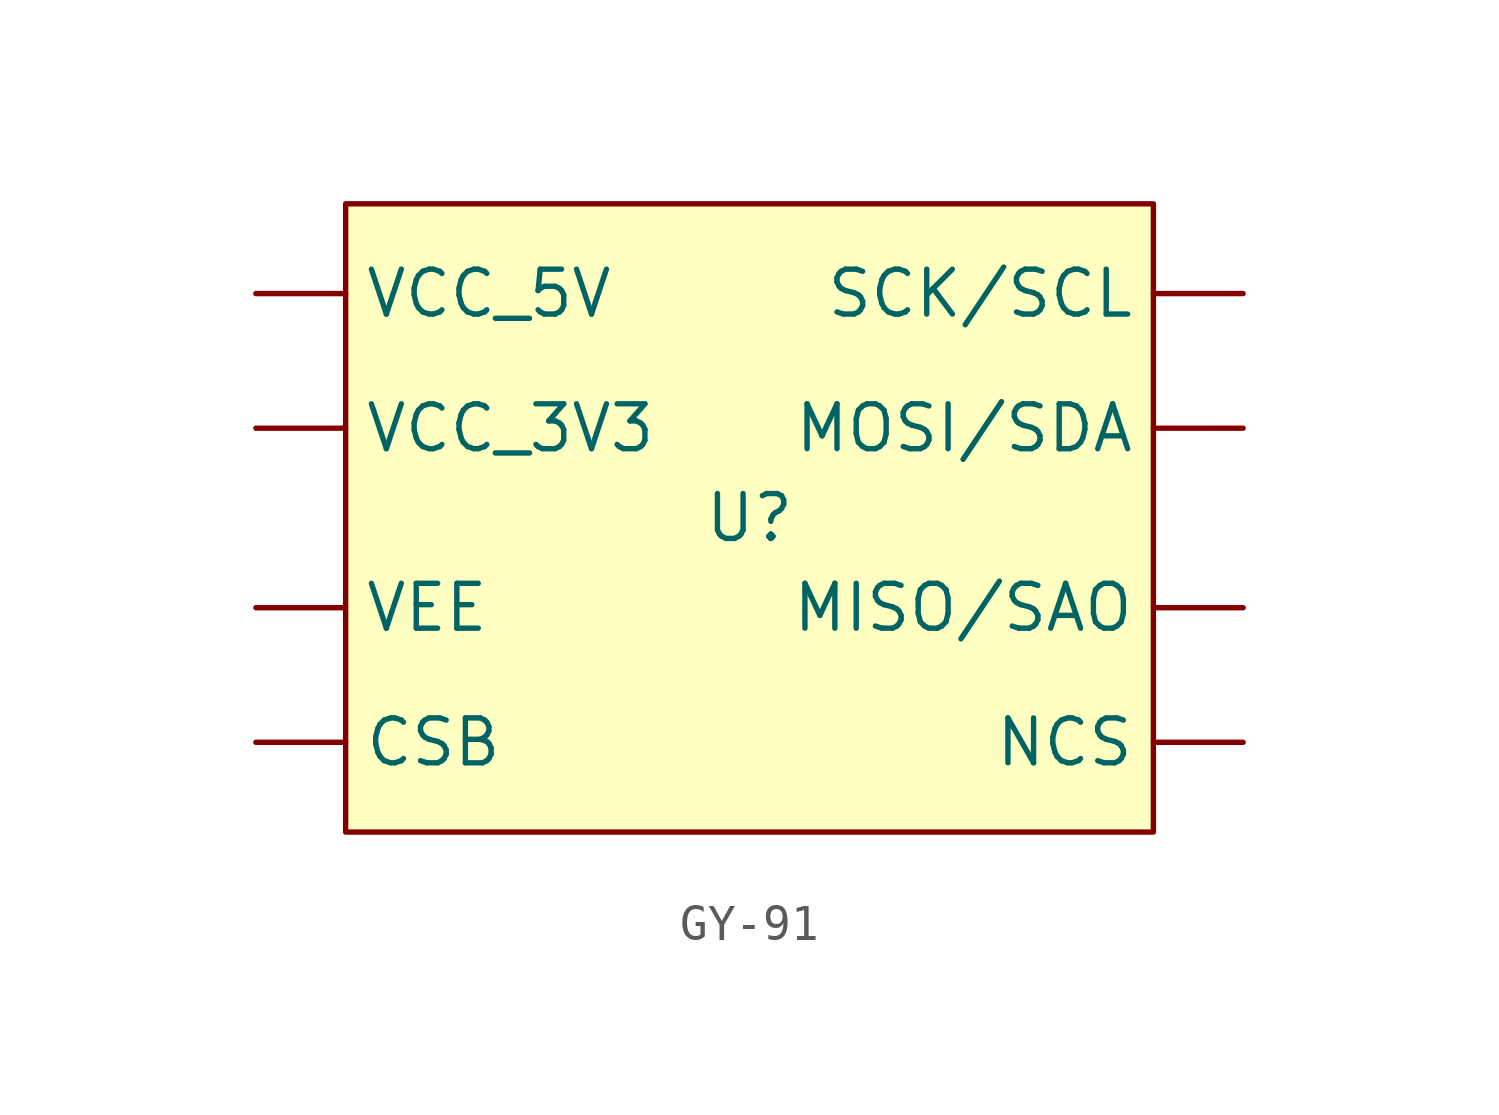
<source format=kicad_sym>
(kicad_symbol_lib
  (version 20241209)
  (generator "kicad_symbol_editor")
  (generator_version "9.0")
  (symbol "GY-91"
    (property "Reference" "U"
      (at 0 0 0)
      (effects (font (size 1.27 1.27))))
    (property "Value" ""
      (at 0 0 0)
      (effects (font (size 1.27 1.27))))
    (symbol "GY-91_1_1"
      (rectangle (start -11.43 8.89) (end 11.43 -8.89) (stroke (width 0) (type solid)) (fill (type background)))
      (pin input line (at -13.97 6.35 0) (length 2.54) (name "VCC_5V" (effects (font (size 1.27 1.27)))) (number "" (effects (font (size 1.27 1.27)))))
      (pin input line (at -13.97 2.54 0) (length 2.54) (name "VCC_3V3" (effects (font (size 1.27 1.27)))) (number "" (effects (font (size 1.27 1.27)))))
      (pin input line (at -13.97 -2.54 0) (length 2.54) (name "VEE" (effects (font (size 1.27 1.27)))) (number "" (effects (font (size 1.27 1.27)))))
      (pin input line (at -13.97 -6.35 0) (length 2.54) (name "CSB" (effects (font (size 1.27 1.27)))) (number "" (effects (font (size 1.27 1.27)))))
      (pin input line (at 13.97 6.35 180) (length 2.54) (name "SCK/SCL" (effects (font (size 1.27 1.27)))) (number "" (effects (font (size 1.27 1.27)))))
      (pin bidirectional line (at 13.97 2.54 180) (length 2.54) (name "MOSI/SDA" (effects (font (size 1.27 1.27)))) (number "" (effects (font (size 1.27 1.27)))))
      (pin bidirectional line (at 13.97 -2.54 180) (length 2.54) (name "MISO/SAO" (effects (font (size 1.27 1.27)))) (number "" (effects (font (size 1.27 1.27)))))
      (pin input line (at 13.97 -6.35 180) (length 2.54) (name "NCS" (effects (font (size 1.27 1.27)))) (number "" (effects (font (size 1.27 1.27))))))))
</source>
